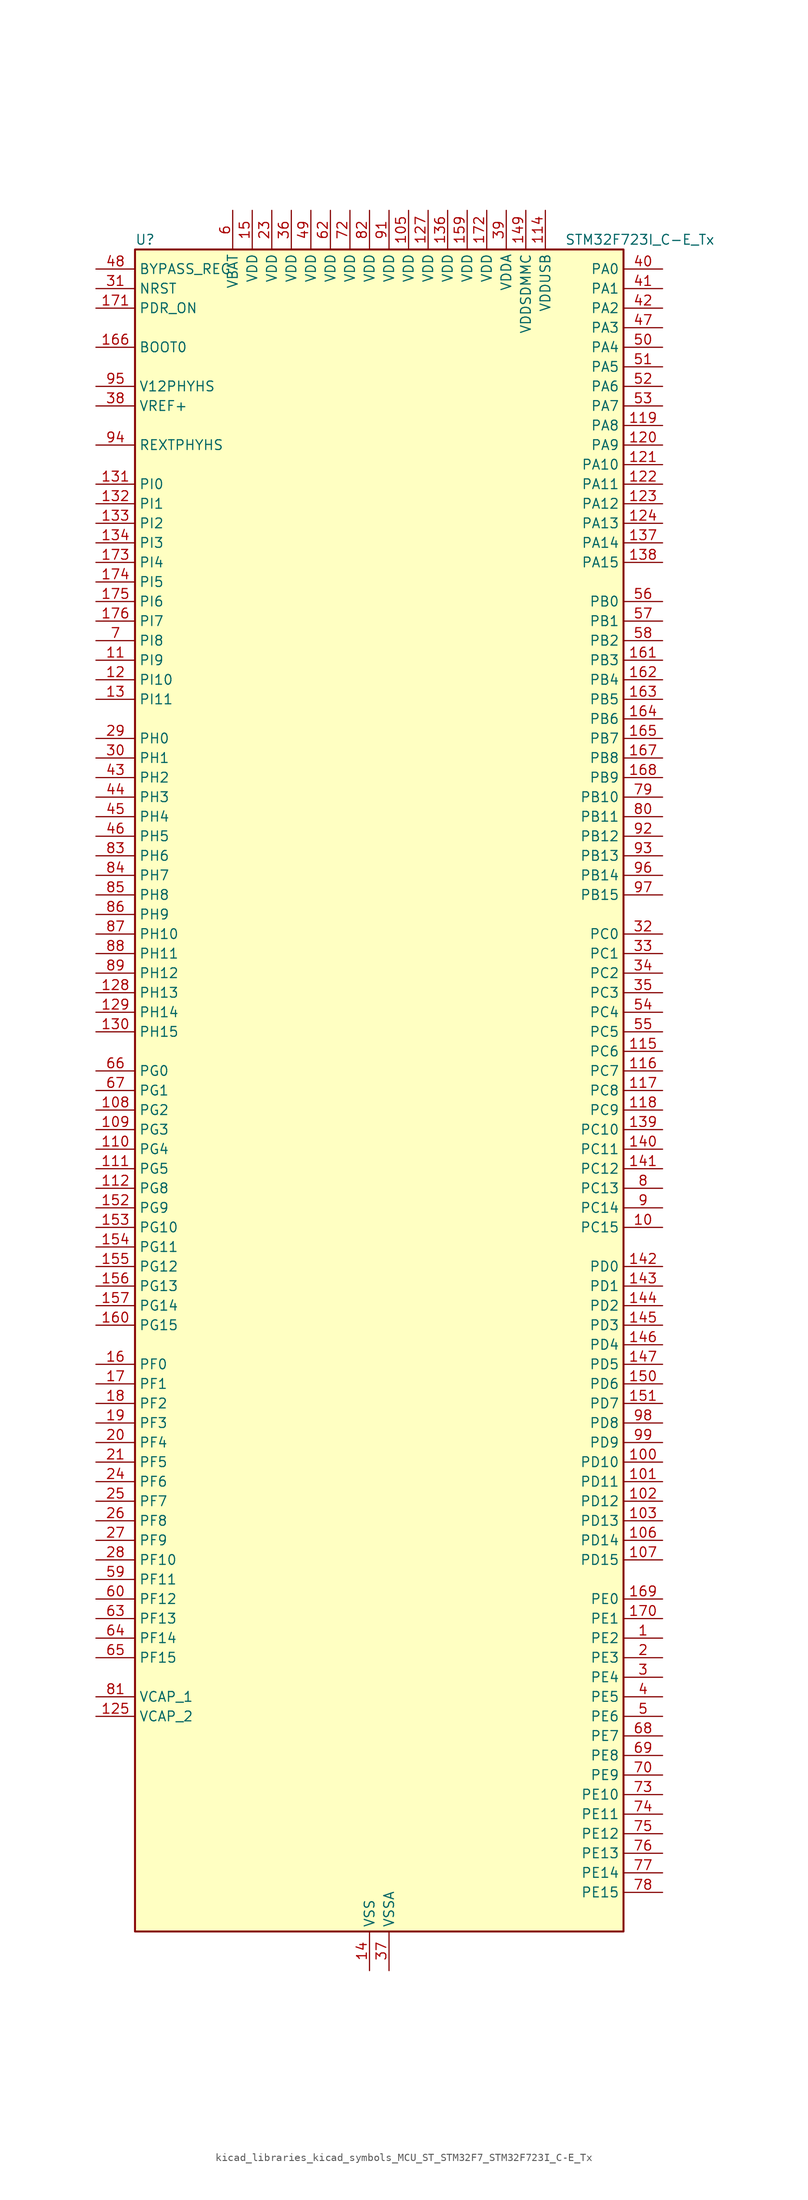
<source format=kicad_sym>
(kicad_symbol_lib
  (version 20220914)
  (generator kicad_symbol_editor)
  (symbol "kicad_libraries_kicad_symbols_MCU_ST_STM32F7_STM32F723I_C-E_Tx"
    (property "Reference" "U"
      (at -30.48 110.49 0)
      (effects (font (size 1.27 1.27)) (justify left)))
    (property "Value" "STM32F723I_C-E_Tx"
      (at 25.4 110.49 0)
      (effects (font (size 1.27 1.27)) (justify left)))
    (property "ki_locked" ""
      (at 0 0 0)
      (effects (font (size 1.27 1.27))))
    (symbol "kicad_libraries_kicad_symbols_MCU_ST_STM32F7_STM32F723I_C-E_Tx_0_1"
      (rectangle (start -30.48 -109.22) (end 33.02 109.22) (stroke (width 0.254) (type default)) (fill (type background))))
    (symbol "kicad_libraries_kicad_symbols_MCU_ST_STM32F7_STM32F723I_C-E_Tx_1_1"
      (pin bidirectional line (at 38.1 -71.12 180) (length 5.08) (name "PE2" (effects (font (size 1.27 1.27)))) (number "1" (effects (font (size 1.27 1.27)))) (alternate "FMC_A23" bidirectional line) (alternate "QUADSPI_BK1_IO2" bidirectional line) (alternate "SAI1_MCLK_A" bidirectional line) (alternate "SPI4_SCK" bidirectional line) (alternate "SYS_TRACECLK" bidirectional line))
      (pin bidirectional line (at 38.1 -17.78 180) (length 5.08) (name "PC15" (effects (font (size 1.27 1.27)))) (number "10" (effects (font (size 1.27 1.27)))) (alternate "RCC_OSC32_OUT" bidirectional line))
      (pin bidirectional line (at 38.1 -48.26 180) (length 5.08) (name "PD10" (effects (font (size 1.27 1.27)))) (number "100" (effects (font (size 1.27 1.27)))) (alternate "FMC_D15" bidirectional line) (alternate "FMC_DA15" bidirectional line) (alternate "USART3_CK" bidirectional line))
      (pin bidirectional line (at 38.1 -50.8 180) (length 5.08) (name "PD11" (effects (font (size 1.27 1.27)))) (number "101" (effects (font (size 1.27 1.27)))) (alternate "ADC1_EXTI11" bidirectional line) (alternate "ADC2_EXTI11" bidirectional line) (alternate "ADC3_EXTI11" bidirectional line) (alternate "FMC_A16" bidirectional line) (alternate "FMC_CLE" bidirectional line) (alternate "QUADSPI_BK1_IO0" bidirectional line) (alternate "SAI2_SD_A" bidirectional line) (alternate "USART3_CTS" bidirectional line))
      (pin bidirectional line (at 38.1 -53.34 180) (length 5.08) (name "PD12" (effects (font (size 1.27 1.27)))) (number "102" (effects (font (size 1.27 1.27)))) (alternate "FMC_A17" bidirectional line) (alternate "FMC_ALE" bidirectional line) (alternate "LPTIM1_IN1" bidirectional line) (alternate "QUADSPI_BK1_IO1" bidirectional line) (alternate "SAI2_FS_A" bidirectional line) (alternate "TIM4_CH1" bidirectional line) (alternate "USART3_DE" bidirectional line) (alternate "USART3_RTS" bidirectional line))
      (pin bidirectional line (at 38.1 -55.88 180) (length 5.08) (name "PD13" (effects (font (size 1.27 1.27)))) (number "103" (effects (font (size 1.27 1.27)))) (alternate "FMC_A18" bidirectional line) (alternate "LPTIM1_OUT" bidirectional line) (alternate "QUADSPI_BK1_IO3" bidirectional line) (alternate "SAI2_SCK_A" bidirectional line) (alternate "TIM4_CH2" bidirectional line))
      (pin passive line (at 0 -114.3 90) (length 5.08) hide (name "VSS" (effects (font (size 1.27 1.27)))) (number "104" (effects (font (size 1.27 1.27)))))
      (pin power_in line (at 5.08 114.3 270) (length 5.08) (name "VDD" (effects (font (size 1.27 1.27)))) (number "105" (effects (font (size 1.27 1.27)))))
      (pin bidirectional line (at 38.1 -58.42 180) (length 5.08) (name "PD14" (effects (font (size 1.27 1.27)))) (number "106" (effects (font (size 1.27 1.27)))) (alternate "FMC_D0" bidirectional line) (alternate "FMC_DA0" bidirectional line) (alternate "TIM4_CH3" bidirectional line) (alternate "UART8_CTS" bidirectional line))
      (pin bidirectional line (at 38.1 -60.96 180) (length 5.08) (name "PD15" (effects (font (size 1.27 1.27)))) (number "107" (effects (font (size 1.27 1.27)))) (alternate "FMC_D1" bidirectional line) (alternate "FMC_DA1" bidirectional line) (alternate "TIM4_CH4" bidirectional line) (alternate "UART8_DE" bidirectional line) (alternate "UART8_RTS" bidirectional line))
      (pin bidirectional line (at -35.56 -2.54 0) (length 5.08) (name "PG2" (effects (font (size 1.27 1.27)))) (number "108" (effects (font (size 1.27 1.27)))) (alternate "FMC_A12" bidirectional line))
      (pin bidirectional line (at -35.56 -5.08 0) (length 5.08) (name "PG3" (effects (font (size 1.27 1.27)))) (number "109" (effects (font (size 1.27 1.27)))) (alternate "FMC_A13" bidirectional line))
      (pin bidirectional line (at -35.56 55.88 0) (length 5.08) (name "PI9" (effects (font (size 1.27 1.27)))) (number "11" (effects (font (size 1.27 1.27)))) (alternate "CAN1_RX" bidirectional line) (alternate "DAC_EXTI9" bidirectional line) (alternate "FMC_D30" bidirectional line) (alternate "UART4_RX" bidirectional line))
      (pin bidirectional line (at -35.56 -7.62 0) (length 5.08) (name "PG4" (effects (font (size 1.27 1.27)))) (number "110" (effects (font (size 1.27 1.27)))) (alternate "FMC_A14" bidirectional line) (alternate "FMC_BA0" bidirectional line))
      (pin bidirectional line (at -35.56 -10.16 0) (length 5.08) (name "PG5" (effects (font (size 1.27 1.27)))) (number "111" (effects (font (size 1.27 1.27)))) (alternate "FMC_A15" bidirectional line) (alternate "FMC_BA1" bidirectional line))
      (pin bidirectional line (at -35.56 -12.7 0) (length 5.08) (name "PG8" (effects (font (size 1.27 1.27)))) (number "112" (effects (font (size 1.27 1.27)))) (alternate "FMC_SDCLK" bidirectional line) (alternate "USART6_DE" bidirectional line) (alternate "USART6_RTS" bidirectional line))
      (pin passive line (at 0 -114.3 90) (length 5.08) hide (name "VSS" (effects (font (size 1.27 1.27)))) (number "113" (effects (font (size 1.27 1.27)))))
      (pin power_in line (at 22.86 114.3 270) (length 5.08) (name "VDDUSB" (effects (font (size 1.27 1.27)))) (number "114" (effects (font (size 1.27 1.27)))))
      (pin bidirectional line (at 38.1 5.08 180) (length 5.08) (name "PC6" (effects (font (size 1.27 1.27)))) (number "115" (effects (font (size 1.27 1.27)))) (alternate "I2S2_MCK" bidirectional line) (alternate "SDMMC1_D6" bidirectional line) (alternate "SDMMC2_D6" bidirectional line) (alternate "TIM3_CH1" bidirectional line) (alternate "TIM8_CH1" bidirectional line) (alternate "USART6_TX" bidirectional line))
      (pin bidirectional line (at 38.1 2.54 180) (length 5.08) (name "PC7" (effects (font (size 1.27 1.27)))) (number "116" (effects (font (size 1.27 1.27)))) (alternate "I2S3_MCK" bidirectional line) (alternate "SDMMC1_D7" bidirectional line) (alternate "SDMMC2_D7" bidirectional line) (alternate "TIM3_CH2" bidirectional line) (alternate "TIM8_CH2" bidirectional line) (alternate "USART6_RX" bidirectional line))
      (pin bidirectional line (at 38.1 0 180) (length 5.08) (name "PC8" (effects (font (size 1.27 1.27)))) (number "117" (effects (font (size 1.27 1.27)))) (alternate "SDMMC1_D0" bidirectional line) (alternate "SYS_TRACED1" bidirectional line) (alternate "TIM3_CH3" bidirectional line) (alternate "TIM8_CH3" bidirectional line) (alternate "UART5_DE" bidirectional line) (alternate "UART5_RTS" bidirectional line) (alternate "USART6_CK" bidirectional line))
      (pin bidirectional line (at 38.1 -2.54 180) (length 5.08) (name "PC9" (effects (font (size 1.27 1.27)))) (number "118" (effects (font (size 1.27 1.27)))) (alternate "DAC_EXTI9" bidirectional line) (alternate "I2C3_SDA" bidirectional line) (alternate "I2S_CKIN" bidirectional line) (alternate "QUADSPI_BK1_IO0" bidirectional line) (alternate "RCC_MCO_2" bidirectional line) (alternate "SDMMC1_D1" bidirectional line) (alternate "TIM3_CH4" bidirectional line) (alternate "TIM8_CH4" bidirectional line) (alternate "UART5_CTS" bidirectional line))
      (pin bidirectional line (at 38.1 86.36 180) (length 5.08) (name "PA8" (effects (font (size 1.27 1.27)))) (number "119" (effects (font (size 1.27 1.27)))) (alternate "I2C3_SCL" bidirectional line) (alternate "RCC_MCO_1" bidirectional line) (alternate "TIM1_CH1" bidirectional line) (alternate "TIM8_BKIN2" bidirectional line) (alternate "USART1_CK" bidirectional line) (alternate "USB_OTG_FS_SOF" bidirectional line))
      (pin bidirectional line (at -35.56 53.34 0) (length 5.08) (name "PI10" (effects (font (size 1.27 1.27)))) (number "12" (effects (font (size 1.27 1.27)))) (alternate "FMC_D31" bidirectional line))
      (pin bidirectional line (at 38.1 83.82 180) (length 5.08) (name "PA9" (effects (font (size 1.27 1.27)))) (number "120" (effects (font (size 1.27 1.27)))) (alternate "DAC_EXTI9" bidirectional line) (alternate "I2C3_SMBA" bidirectional line) (alternate "I2S2_CK" bidirectional line) (alternate "SPI2_SCK" bidirectional line) (alternate "TIM1_CH2" bidirectional line) (alternate "USART1_TX" bidirectional line) (alternate "USB_OTG_FS_VBUS" bidirectional line))
      (pin bidirectional line (at 38.1 81.28 180) (length 5.08) (name "PA10" (effects (font (size 1.27 1.27)))) (number "121" (effects (font (size 1.27 1.27)))) (alternate "TIM1_CH3" bidirectional line) (alternate "USART1_RX" bidirectional line) (alternate "USB_OTG_FS_ID" bidirectional line))
      (pin bidirectional line (at 38.1 78.74 180) (length 5.08) (name "PA11" (effects (font (size 1.27 1.27)))) (number "122" (effects (font (size 1.27 1.27)))) (alternate "ADC1_EXTI11" bidirectional line) (alternate "ADC2_EXTI11" bidirectional line) (alternate "ADC3_EXTI11" bidirectional line) (alternate "CAN1_RX" bidirectional line) (alternate "TIM1_CH4" bidirectional line) (alternate "USART1_CTS" bidirectional line) (alternate "USB_OTG_FS_DM" bidirectional line))
      (pin bidirectional line (at 38.1 76.2 180) (length 5.08) (name "PA12" (effects (font (size 1.27 1.27)))) (number "123" (effects (font (size 1.27 1.27)))) (alternate "CAN1_TX" bidirectional line) (alternate "SAI2_FS_B" bidirectional line) (alternate "TIM1_ETR" bidirectional line) (alternate "USART1_DE" bidirectional line) (alternate "USART1_RTS" bidirectional line) (alternate "USB_OTG_FS_DP" bidirectional line))
      (pin bidirectional line (at 38.1 73.66 180) (length 5.08) (name "PA13" (effects (font (size 1.27 1.27)))) (number "124" (effects (font (size 1.27 1.27)))) (alternate "SYS_JTMS-SWDIO" bidirectional line))
      (pin power_out line (at -35.56 -81.28 0) (length 5.08) (name "VCAP_2" (effects (font (size 1.27 1.27)))) (number "125" (effects (font (size 1.27 1.27)))))
      (pin passive line (at 0 -114.3 90) (length 5.08) hide (name "VSS" (effects (font (size 1.27 1.27)))) (number "126" (effects (font (size 1.27 1.27)))))
      (pin power_in line (at 7.62 114.3 270) (length 5.08) (name "VDD" (effects (font (size 1.27 1.27)))) (number "127" (effects (font (size 1.27 1.27)))))
      (pin bidirectional line (at -35.56 12.7 0) (length 5.08) (name "PH13" (effects (font (size 1.27 1.27)))) (number "128" (effects (font (size 1.27 1.27)))) (alternate "CAN1_TX" bidirectional line) (alternate "FMC_D21" bidirectional line) (alternate "TIM8_CH1N" bidirectional line) (alternate "UART4_TX" bidirectional line))
      (pin bidirectional line (at -35.56 10.16 0) (length 5.08) (name "PH14" (effects (font (size 1.27 1.27)))) (number "129" (effects (font (size 1.27 1.27)))) (alternate "CAN1_RX" bidirectional line) (alternate "FMC_D22" bidirectional line) (alternate "TIM8_CH2N" bidirectional line) (alternate "UART4_RX" bidirectional line))
      (pin bidirectional line (at -35.56 50.8 0) (length 5.08) (name "PI11" (effects (font (size 1.27 1.27)))) (number "13" (effects (font (size 1.27 1.27)))) (alternate "ADC1_EXTI11" bidirectional line) (alternate "ADC2_EXTI11" bidirectional line) (alternate "ADC3_EXTI11" bidirectional line) (alternate "SYS_WKUP6" bidirectional line))
      (pin bidirectional line (at -35.56 7.62 0) (length 5.08) (name "PH15" (effects (font (size 1.27 1.27)))) (number "130" (effects (font (size 1.27 1.27)))) (alternate "FMC_D23" bidirectional line) (alternate "TIM8_CH3N" bidirectional line))
      (pin bidirectional line (at -35.56 78.74 0) (length 5.08) (name "PI0" (effects (font (size 1.27 1.27)))) (number "131" (effects (font (size 1.27 1.27)))) (alternate "FMC_D24" bidirectional line) (alternate "I2S2_WS" bidirectional line) (alternate "SPI2_NSS" bidirectional line) (alternate "TIM5_CH4" bidirectional line))
      (pin bidirectional line (at -35.56 76.2 0) (length 5.08) (name "PI1" (effects (font (size 1.27 1.27)))) (number "132" (effects (font (size 1.27 1.27)))) (alternate "FMC_D25" bidirectional line) (alternate "I2S2_CK" bidirectional line) (alternate "SPI2_SCK" bidirectional line) (alternate "TIM8_BKIN2" bidirectional line))
      (pin bidirectional line (at -35.56 73.66 0) (length 5.08) (name "PI2" (effects (font (size 1.27 1.27)))) (number "133" (effects (font (size 1.27 1.27)))) (alternate "FMC_D26" bidirectional line) (alternate "SPI2_MISO" bidirectional line) (alternate "TIM8_CH4" bidirectional line))
      (pin bidirectional line (at -35.56 71.12 0) (length 5.08) (name "PI3" (effects (font (size 1.27 1.27)))) (number "134" (effects (font (size 1.27 1.27)))) (alternate "FMC_D27" bidirectional line) (alternate "I2S2_SD" bidirectional line) (alternate "SPI2_MOSI" bidirectional line) (alternate "TIM8_ETR" bidirectional line))
      (pin passive line (at 0 -114.3 90) (length 5.08) hide (name "VSS" (effects (font (size 1.27 1.27)))) (number "135" (effects (font (size 1.27 1.27)))))
      (pin power_in line (at 10.16 114.3 270) (length 5.08) (name "VDD" (effects (font (size 1.27 1.27)))) (number "136" (effects (font (size 1.27 1.27)))))
      (pin bidirectional line (at 38.1 71.12 180) (length 5.08) (name "PA14" (effects (font (size 1.27 1.27)))) (number "137" (effects (font (size 1.27 1.27)))) (alternate "SYS_JTCK-SWCLK" bidirectional line))
      (pin bidirectional line (at 38.1 68.58 180) (length 5.08) (name "PA15" (effects (font (size 1.27 1.27)))) (number "138" (effects (font (size 1.27 1.27)))) (alternate "I2S1_WS" bidirectional line) (alternate "I2S3_WS" bidirectional line) (alternate "SPI1_NSS" bidirectional line) (alternate "SPI3_NSS" bidirectional line) (alternate "SYS_JTDI" bidirectional line) (alternate "TIM2_CH1" bidirectional line) (alternate "TIM2_ETR" bidirectional line) (alternate "UART4_DE" bidirectional line) (alternate "UART4_RTS" bidirectional line))
      (pin bidirectional line (at 38.1 -5.08 180) (length 5.08) (name "PC10" (effects (font (size 1.27 1.27)))) (number "139" (effects (font (size 1.27 1.27)))) (alternate "I2S3_CK" bidirectional line) (alternate "QUADSPI_BK1_IO1" bidirectional line) (alternate "SDMMC1_D2" bidirectional line) (alternate "SPI3_SCK" bidirectional line) (alternate "UART4_TX" bidirectional line) (alternate "USART3_TX" bidirectional line))
      (pin power_in line (at 0 -114.3 90) (length 5.08) (name "VSS" (effects (font (size 1.27 1.27)))) (number "14" (effects (font (size 1.27 1.27)))))
      (pin bidirectional line (at 38.1 -7.62 180) (length 5.08) (name "PC11" (effects (font (size 1.27 1.27)))) (number "140" (effects (font (size 1.27 1.27)))) (alternate "ADC1_EXTI11" bidirectional line) (alternate "ADC2_EXTI11" bidirectional line) (alternate "ADC3_EXTI11" bidirectional line) (alternate "QUADSPI_BK2_NCS" bidirectional line) (alternate "SDMMC1_D3" bidirectional line) (alternate "SPI3_MISO" bidirectional line) (alternate "UART4_RX" bidirectional line) (alternate "USART3_RX" bidirectional line))
      (pin bidirectional line (at 38.1 -10.16 180) (length 5.08) (name "PC12" (effects (font (size 1.27 1.27)))) (number "141" (effects (font (size 1.27 1.27)))) (alternate "I2S3_SD" bidirectional line) (alternate "SDMMC1_CK" bidirectional line) (alternate "SPI3_MOSI" bidirectional line) (alternate "SYS_TRACED3" bidirectional line) (alternate "UART5_TX" bidirectional line) (alternate "USART3_CK" bidirectional line))
      (pin bidirectional line (at 38.1 -22.86 180) (length 5.08) (name "PD0" (effects (font (size 1.27 1.27)))) (number "142" (effects (font (size 1.27 1.27)))) (alternate "CAN1_RX" bidirectional line) (alternate "FMC_D2" bidirectional line) (alternate "FMC_DA2" bidirectional line))
      (pin bidirectional line (at 38.1 -25.4 180) (length 5.08) (name "PD1" (effects (font (size 1.27 1.27)))) (number "143" (effects (font (size 1.27 1.27)))) (alternate "CAN1_TX" bidirectional line) (alternate "FMC_D3" bidirectional line) (alternate "FMC_DA3" bidirectional line))
      (pin bidirectional line (at 38.1 -27.94 180) (length 5.08) (name "PD2" (effects (font (size 1.27 1.27)))) (number "144" (effects (font (size 1.27 1.27)))) (alternate "SDMMC1_CMD" bidirectional line) (alternate "SYS_TRACED2" bidirectional line) (alternate "TIM3_ETR" bidirectional line) (alternate "UART5_RX" bidirectional line))
      (pin bidirectional line (at 38.1 -30.48 180) (length 5.08) (name "PD3" (effects (font (size 1.27 1.27)))) (number "145" (effects (font (size 1.27 1.27)))) (alternate "FMC_CLK" bidirectional line) (alternate "I2S2_CK" bidirectional line) (alternate "SPI2_SCK" bidirectional line) (alternate "USART2_CTS" bidirectional line))
      (pin bidirectional line (at 38.1 -33.02 180) (length 5.08) (name "PD4" (effects (font (size 1.27 1.27)))) (number "146" (effects (font (size 1.27 1.27)))) (alternate "FMC_NOE" bidirectional line) (alternate "USART2_DE" bidirectional line) (alternate "USART2_RTS" bidirectional line))
      (pin bidirectional line (at 38.1 -35.56 180) (length 5.08) (name "PD5" (effects (font (size 1.27 1.27)))) (number "147" (effects (font (size 1.27 1.27)))) (alternate "FMC_NWE" bidirectional line) (alternate "USART2_TX" bidirectional line))
      (pin passive line (at 0 -114.3 90) (length 5.08) hide (name "VSS" (effects (font (size 1.27 1.27)))) (number "148" (effects (font (size 1.27 1.27)))))
      (pin power_in line (at 20.32 114.3 270) (length 5.08) (name "VDDSDMMC" (effects (font (size 1.27 1.27)))) (number "149" (effects (font (size 1.27 1.27)))))
      (pin power_in line (at -15.24 114.3 270) (length 5.08) (name "VDD" (effects (font (size 1.27 1.27)))) (number "15" (effects (font (size 1.27 1.27)))))
      (pin bidirectional line (at 38.1 -38.1 180) (length 5.08) (name "PD6" (effects (font (size 1.27 1.27)))) (number "150" (effects (font (size 1.27 1.27)))) (alternate "FMC_NWAIT" bidirectional line) (alternate "I2S3_SD" bidirectional line) (alternate "SAI1_SD_A" bidirectional line) (alternate "SDMMC2_CK" bidirectional line) (alternate "SPI3_MOSI" bidirectional line) (alternate "USART2_RX" bidirectional line))
      (pin bidirectional line (at 38.1 -40.64 180) (length 5.08) (name "PD7" (effects (font (size 1.27 1.27)))) (number "151" (effects (font (size 1.27 1.27)))) (alternate "FMC_NE1" bidirectional line) (alternate "SDMMC2_CMD" bidirectional line) (alternate "USART2_CK" bidirectional line))
      (pin bidirectional line (at -35.56 -15.24 0) (length 5.08) (name "PG9" (effects (font (size 1.27 1.27)))) (number "152" (effects (font (size 1.27 1.27)))) (alternate "DAC_EXTI9" bidirectional line) (alternate "FMC_NCE" bidirectional line) (alternate "FMC_NE2" bidirectional line) (alternate "QUADSPI_BK2_IO2" bidirectional line) (alternate "SAI2_FS_B" bidirectional line) (alternate "SDMMC2_D0" bidirectional line) (alternate "USART6_RX" bidirectional line))
      (pin bidirectional line (at -35.56 -17.78 0) (length 5.08) (name "PG10" (effects (font (size 1.27 1.27)))) (number "153" (effects (font (size 1.27 1.27)))) (alternate "FMC_NE3" bidirectional line) (alternate "SAI2_SD_B" bidirectional line) (alternate "SDMMC2_D1" bidirectional line))
      (pin bidirectional line (at -35.56 -20.32 0) (length 5.08) (name "PG11" (effects (font (size 1.27 1.27)))) (number "154" (effects (font (size 1.27 1.27)))) (alternate "ADC1_EXTI11" bidirectional line) (alternate "ADC2_EXTI11" bidirectional line) (alternate "ADC3_EXTI11" bidirectional line) (alternate "FMC_INT" bidirectional line) (alternate "SDMMC2_D2" bidirectional line))
      (pin bidirectional line (at -35.56 -22.86 0) (length 5.08) (name "PG12" (effects (font (size 1.27 1.27)))) (number "155" (effects (font (size 1.27 1.27)))) (alternate "FMC_NE4" bidirectional line) (alternate "LPTIM1_IN1" bidirectional line) (alternate "SDMMC2_D3" bidirectional line) (alternate "USART6_DE" bidirectional line) (alternate "USART6_RTS" bidirectional line))
      (pin bidirectional line (at -35.56 -25.4 0) (length 5.08) (name "PG13" (effects (font (size 1.27 1.27)))) (number "156" (effects (font (size 1.27 1.27)))) (alternate "FMC_A24" bidirectional line) (alternate "LPTIM1_OUT" bidirectional line) (alternate "SYS_TRACED0" bidirectional line) (alternate "USART6_CTS" bidirectional line))
      (pin bidirectional line (at -35.56 -27.94 0) (length 5.08) (name "PG14" (effects (font (size 1.27 1.27)))) (number "157" (effects (font (size 1.27 1.27)))) (alternate "FMC_A25" bidirectional line) (alternate "LPTIM1_ETR" bidirectional line) (alternate "QUADSPI_BK2_IO3" bidirectional line) (alternate "SYS_TRACED1" bidirectional line) (alternate "USART6_TX" bidirectional line))
      (pin passive line (at 0 -114.3 90) (length 5.08) hide (name "VSS" (effects (font (size 1.27 1.27)))) (number "158" (effects (font (size 1.27 1.27)))))
      (pin power_in line (at 12.7 114.3 270) (length 5.08) (name "VDD" (effects (font (size 1.27 1.27)))) (number "159" (effects (font (size 1.27 1.27)))))
      (pin bidirectional line (at -35.56 -35.56 0) (length 5.08) (name "PF0" (effects (font (size 1.27 1.27)))) (number "16" (effects (font (size 1.27 1.27)))) (alternate "FMC_A0" bidirectional line) (alternate "I2C2_SDA" bidirectional line))
      (pin bidirectional line (at -35.56 -30.48 0) (length 5.08) (name "PG15" (effects (font (size 1.27 1.27)))) (number "160" (effects (font (size 1.27 1.27)))) (alternate "FMC_SDNCAS" bidirectional line) (alternate "USART6_CTS" bidirectional line))
      (pin bidirectional line (at 38.1 55.88 180) (length 5.08) (name "PB3" (effects (font (size 1.27 1.27)))) (number "161" (effects (font (size 1.27 1.27)))) (alternate "I2S1_CK" bidirectional line) (alternate "I2S3_CK" bidirectional line) (alternate "SDMMC2_D2" bidirectional line) (alternate "SPI1_SCK" bidirectional line) (alternate "SPI3_SCK" bidirectional line) (alternate "SYS_JTDO-SWO" bidirectional line) (alternate "TIM2_CH2" bidirectional line))
      (pin bidirectional line (at 38.1 53.34 180) (length 5.08) (name "PB4" (effects (font (size 1.27 1.27)))) (number "162" (effects (font (size 1.27 1.27)))) (alternate "I2S2_WS" bidirectional line) (alternate "SDMMC2_D3" bidirectional line) (alternate "SPI1_MISO" bidirectional line) (alternate "SPI2_NSS" bidirectional line) (alternate "SPI3_MISO" bidirectional line) (alternate "SYS_JTRST" bidirectional line) (alternate "TIM3_CH1" bidirectional line))
      (pin bidirectional line (at 38.1 50.8 180) (length 5.08) (name "PB5" (effects (font (size 1.27 1.27)))) (number "163" (effects (font (size 1.27 1.27)))) (alternate "FMC_SDCKE1" bidirectional line) (alternate "I2C1_SMBA" bidirectional line) (alternate "I2S1_SD" bidirectional line) (alternate "I2S3_SD" bidirectional line) (alternate "SPI1_MOSI" bidirectional line) (alternate "SPI3_MOSI" bidirectional line) (alternate "TIM3_CH2" bidirectional line))
      (pin bidirectional line (at 38.1 48.26 180) (length 5.08) (name "PB6" (effects (font (size 1.27 1.27)))) (number "164" (effects (font (size 1.27 1.27)))) (alternate "FMC_SDNE1" bidirectional line) (alternate "I2C1_SCL" bidirectional line) (alternate "QUADSPI_BK1_NCS" bidirectional line) (alternate "TIM4_CH1" bidirectional line) (alternate "USART1_TX" bidirectional line))
      (pin bidirectional line (at 38.1 45.72 180) (length 5.08) (name "PB7" (effects (font (size 1.27 1.27)))) (number "165" (effects (font (size 1.27 1.27)))) (alternate "FMC_NL" bidirectional line) (alternate "I2C1_SDA" bidirectional line) (alternate "TIM4_CH2" bidirectional line) (alternate "USART1_RX" bidirectional line))
      (pin input line (at -35.56 96.52 0) (length 5.08) (name "BOOT0" (effects (font (size 1.27 1.27)))) (number "166" (effects (font (size 1.27 1.27)))))
      (pin bidirectional line (at 38.1 43.18 180) (length 5.08) (name "PB8" (effects (font (size 1.27 1.27)))) (number "167" (effects (font (size 1.27 1.27)))) (alternate "CAN1_RX" bidirectional line) (alternate "I2C1_SCL" bidirectional line) (alternate "SDMMC1_D4" bidirectional line) (alternate "SDMMC2_D4" bidirectional line) (alternate "TIM10_CH1" bidirectional line) (alternate "TIM4_CH3" bidirectional line))
      (pin bidirectional line (at 38.1 40.64 180) (length 5.08) (name "PB9" (effects (font (size 1.27 1.27)))) (number "168" (effects (font (size 1.27 1.27)))) (alternate "CAN1_TX" bidirectional line) (alternate "DAC_EXTI9" bidirectional line) (alternate "I2C1_SDA" bidirectional line) (alternate "I2S2_WS" bidirectional line) (alternate "SDMMC1_D5" bidirectional line) (alternate "SDMMC2_D5" bidirectional line) (alternate "SPI2_NSS" bidirectional line) (alternate "TIM11_CH1" bidirectional line) (alternate "TIM4_CH4" bidirectional line))
      (pin bidirectional line (at 38.1 -66.04 180) (length 5.08) (name "PE0" (effects (font (size 1.27 1.27)))) (number "169" (effects (font (size 1.27 1.27)))) (alternate "FMC_NBL0" bidirectional line) (alternate "LPTIM1_ETR" bidirectional line) (alternate "SAI2_MCLK_A" bidirectional line) (alternate "TIM4_ETR" bidirectional line) (alternate "UART8_RX" bidirectional line))
      (pin bidirectional line (at -35.56 -38.1 0) (length 5.08) (name "PF1" (effects (font (size 1.27 1.27)))) (number "17" (effects (font (size 1.27 1.27)))) (alternate "FMC_A1" bidirectional line) (alternate "I2C2_SCL" bidirectional line))
      (pin bidirectional line (at 38.1 -68.58 180) (length 5.08) (name "PE1" (effects (font (size 1.27 1.27)))) (number "170" (effects (font (size 1.27 1.27)))) (alternate "FMC_NBL1" bidirectional line) (alternate "LPTIM1_IN2" bidirectional line) (alternate "UART8_TX" bidirectional line))
      (pin input line (at -35.56 101.6 0) (length 5.08) (name "PDR_ON" (effects (font (size 1.27 1.27)))) (number "171" (effects (font (size 1.27 1.27)))))
      (pin power_in line (at 15.24 114.3 270) (length 5.08) (name "VDD" (effects (font (size 1.27 1.27)))) (number "172" (effects (font (size 1.27 1.27)))))
      (pin bidirectional line (at -35.56 68.58 0) (length 5.08) (name "PI4" (effects (font (size 1.27 1.27)))) (number "173" (effects (font (size 1.27 1.27)))) (alternate "FMC_NBL2" bidirectional line) (alternate "SAI2_MCLK_A" bidirectional line) (alternate "TIM8_BKIN" bidirectional line))
      (pin bidirectional line (at -35.56 66.04 0) (length 5.08) (name "PI5" (effects (font (size 1.27 1.27)))) (number "174" (effects (font (size 1.27 1.27)))) (alternate "FMC_NBL3" bidirectional line) (alternate "SAI2_SCK_A" bidirectional line) (alternate "TIM8_CH1" bidirectional line))
      (pin bidirectional line (at -35.56 63.5 0) (length 5.08) (name "PI6" (effects (font (size 1.27 1.27)))) (number "175" (effects (font (size 1.27 1.27)))) (alternate "FMC_D28" bidirectional line) (alternate "SAI2_SD_A" bidirectional line) (alternate "TIM8_CH2" bidirectional line))
      (pin bidirectional line (at -35.56 60.96 0) (length 5.08) (name "PI7" (effects (font (size 1.27 1.27)))) (number "176" (effects (font (size 1.27 1.27)))) (alternate "FMC_D29" bidirectional line) (alternate "SAI2_FS_A" bidirectional line) (alternate "TIM8_CH3" bidirectional line))
      (pin bidirectional line (at -35.56 -40.64 0) (length 5.08) (name "PF2" (effects (font (size 1.27 1.27)))) (number "18" (effects (font (size 1.27 1.27)))) (alternate "FMC_A2" bidirectional line) (alternate "I2C2_SMBA" bidirectional line))
      (pin bidirectional line (at -35.56 -43.18 0) (length 5.08) (name "PF3" (effects (font (size 1.27 1.27)))) (number "19" (effects (font (size 1.27 1.27)))) (alternate "ADC3_IN9" bidirectional line) (alternate "FMC_A3" bidirectional line))
      (pin bidirectional line (at 38.1 -73.66 180) (length 5.08) (name "PE3" (effects (font (size 1.27 1.27)))) (number "2" (effects (font (size 1.27 1.27)))) (alternate "FMC_A19" bidirectional line) (alternate "SAI1_SD_B" bidirectional line) (alternate "SYS_TRACED0" bidirectional line))
      (pin bidirectional line (at -35.56 -45.72 0) (length 5.08) (name "PF4" (effects (font (size 1.27 1.27)))) (number "20" (effects (font (size 1.27 1.27)))) (alternate "ADC3_IN14" bidirectional line) (alternate "FMC_A4" bidirectional line))
      (pin bidirectional line (at -35.56 -48.26 0) (length 5.08) (name "PF5" (effects (font (size 1.27 1.27)))) (number "21" (effects (font (size 1.27 1.27)))) (alternate "ADC3_IN15" bidirectional line) (alternate "FMC_A5" bidirectional line))
      (pin passive line (at 0 -114.3 90) (length 5.08) hide (name "VSS" (effects (font (size 1.27 1.27)))) (number "22" (effects (font (size 1.27 1.27)))))
      (pin power_in line (at -12.7 114.3 270) (length 5.08) (name "VDD" (effects (font (size 1.27 1.27)))) (number "23" (effects (font (size 1.27 1.27)))))
      (pin bidirectional line (at -35.56 -50.8 0) (length 5.08) (name "PF6" (effects (font (size 1.27 1.27)))) (number "24" (effects (font (size 1.27 1.27)))) (alternate "ADC3_IN4" bidirectional line) (alternate "QUADSPI_BK1_IO3" bidirectional line) (alternate "SAI1_SD_B" bidirectional line) (alternate "SPI5_NSS" bidirectional line) (alternate "TIM10_CH1" bidirectional line) (alternate "UART7_RX" bidirectional line))
      (pin bidirectional line (at -35.56 -53.34 0) (length 5.08) (name "PF7" (effects (font (size 1.27 1.27)))) (number "25" (effects (font (size 1.27 1.27)))) (alternate "ADC3_IN5" bidirectional line) (alternate "QUADSPI_BK1_IO2" bidirectional line) (alternate "SAI1_MCLK_B" bidirectional line) (alternate "SPI5_SCK" bidirectional line) (alternate "TIM11_CH1" bidirectional line) (alternate "UART7_TX" bidirectional line))
      (pin bidirectional line (at -35.56 -55.88 0) (length 5.08) (name "PF8" (effects (font (size 1.27 1.27)))) (number "26" (effects (font (size 1.27 1.27)))) (alternate "ADC3_IN6" bidirectional line) (alternate "QUADSPI_BK1_IO0" bidirectional line) (alternate "SAI1_SCK_B" bidirectional line) (alternate "SPI5_MISO" bidirectional line) (alternate "TIM13_CH1" bidirectional line) (alternate "UART7_DE" bidirectional line) (alternate "UART7_RTS" bidirectional line))
      (pin bidirectional line (at -35.56 -58.42 0) (length 5.08) (name "PF9" (effects (font (size 1.27 1.27)))) (number "27" (effects (font (size 1.27 1.27)))) (alternate "ADC3_IN7" bidirectional line) (alternate "DAC_EXTI9" bidirectional line) (alternate "QUADSPI_BK1_IO1" bidirectional line) (alternate "SAI1_FS_B" bidirectional line) (alternate "SPI5_MOSI" bidirectional line) (alternate "TIM14_CH1" bidirectional line) (alternate "UART7_CTS" bidirectional line))
      (pin bidirectional line (at -35.56 -60.96 0) (length 5.08) (name "PF10" (effects (font (size 1.27 1.27)))) (number "28" (effects (font (size 1.27 1.27)))) (alternate "ADC3_IN8" bidirectional line))
      (pin bidirectional line (at -35.56 45.72 0) (length 5.08) (name "PH0" (effects (font (size 1.27 1.27)))) (number "29" (effects (font (size 1.27 1.27)))) (alternate "RCC_OSC_IN" bidirectional line))
      (pin bidirectional line (at 38.1 -76.2 180) (length 5.08) (name "PE4" (effects (font (size 1.27 1.27)))) (number "3" (effects (font (size 1.27 1.27)))) (alternate "FMC_A20" bidirectional line) (alternate "SAI1_FS_A" bidirectional line) (alternate "SPI4_NSS" bidirectional line) (alternate "SYS_TRACED1" bidirectional line))
      (pin bidirectional line (at -35.56 43.18 0) (length 5.08) (name "PH1" (effects (font (size 1.27 1.27)))) (number "30" (effects (font (size 1.27 1.27)))) (alternate "RCC_OSC_OUT" bidirectional line))
      (pin input line (at -35.56 104.14 0) (length 5.08) (name "NRST" (effects (font (size 1.27 1.27)))) (number "31" (effects (font (size 1.27 1.27)))))
      (pin bidirectional line (at 38.1 20.32 180) (length 5.08) (name "PC0" (effects (font (size 1.27 1.27)))) (number "32" (effects (font (size 1.27 1.27)))) (alternate "ADC1_IN10" bidirectional line) (alternate "ADC2_IN10" bidirectional line) (alternate "ADC3_IN10" bidirectional line) (alternate "FMC_SDNWE" bidirectional line) (alternate "SAI2_FS_B" bidirectional line))
      (pin bidirectional line (at 38.1 17.78 180) (length 5.08) (name "PC1" (effects (font (size 1.27 1.27)))) (number "33" (effects (font (size 1.27 1.27)))) (alternate "ADC1_IN11" bidirectional line) (alternate "ADC2_IN11" bidirectional line) (alternate "ADC3_IN11" bidirectional line) (alternate "I2S2_SD" bidirectional line) (alternate "RTC_TAMP3" bidirectional line) (alternate "RTC_TS" bidirectional line) (alternate "SAI1_SD_A" bidirectional line) (alternate "SPI2_MOSI" bidirectional line) (alternate "SYS_TRACED0" bidirectional line) (alternate "SYS_WKUP3" bidirectional line))
      (pin bidirectional line (at 38.1 15.24 180) (length 5.08) (name "PC2" (effects (font (size 1.27 1.27)))) (number "34" (effects (font (size 1.27 1.27)))) (alternate "ADC1_IN12" bidirectional line) (alternate "ADC2_IN12" bidirectional line) (alternate "ADC3_IN12" bidirectional line) (alternate "FMC_SDNE0" bidirectional line) (alternate "SPI2_MISO" bidirectional line))
      (pin bidirectional line (at 38.1 12.7 180) (length 5.08) (name "PC3" (effects (font (size 1.27 1.27)))) (number "35" (effects (font (size 1.27 1.27)))) (alternate "ADC1_IN13" bidirectional line) (alternate "ADC2_IN13" bidirectional line) (alternate "ADC3_IN13" bidirectional line) (alternate "FMC_SDCKE0" bidirectional line) (alternate "I2S2_SD" bidirectional line) (alternate "SPI2_MOSI" bidirectional line))
      (pin power_in line (at -10.16 114.3 270) (length 5.08) (name "VDD" (effects (font (size 1.27 1.27)))) (number "36" (effects (font (size 1.27 1.27)))))
      (pin power_in line (at 2.54 -114.3 90) (length 5.08) (name "VSSA" (effects (font (size 1.27 1.27)))) (number "37" (effects (font (size 1.27 1.27)))))
      (pin input line (at -35.56 88.9 0) (length 5.08) (name "VREF+" (effects (font (size 1.27 1.27)))) (number "38" (effects (font (size 1.27 1.27)))))
      (pin power_in line (at 17.78 114.3 270) (length 5.08) (name "VDDA" (effects (font (size 1.27 1.27)))) (number "39" (effects (font (size 1.27 1.27)))))
      (pin bidirectional line (at 38.1 -78.74 180) (length 5.08) (name "PE5" (effects (font (size 1.27 1.27)))) (number "4" (effects (font (size 1.27 1.27)))) (alternate "FMC_A21" bidirectional line) (alternate "SAI1_SCK_A" bidirectional line) (alternate "SPI4_MISO" bidirectional line) (alternate "SYS_TRACED2" bidirectional line) (alternate "TIM9_CH1" bidirectional line))
      (pin bidirectional line (at 38.1 106.68 180) (length 5.08) (name "PA0" (effects (font (size 1.27 1.27)))) (number "40" (effects (font (size 1.27 1.27)))) (alternate "ADC1_IN0" bidirectional line) (alternate "ADC2_IN0" bidirectional line) (alternate "ADC3_IN0" bidirectional line) (alternate "SAI2_SD_B" bidirectional line) (alternate "SYS_WKUP1" bidirectional line) (alternate "TIM2_CH1" bidirectional line) (alternate "TIM2_ETR" bidirectional line) (alternate "TIM5_CH1" bidirectional line) (alternate "TIM8_ETR" bidirectional line) (alternate "UART4_TX" bidirectional line) (alternate "USART2_CTS" bidirectional line))
      (pin bidirectional line (at 38.1 104.14 180) (length 5.08) (name "PA1" (effects (font (size 1.27 1.27)))) (number "41" (effects (font (size 1.27 1.27)))) (alternate "ADC1_IN1" bidirectional line) (alternate "ADC2_IN1" bidirectional line) (alternate "ADC3_IN1" bidirectional line) (alternate "QUADSPI_BK1_IO3" bidirectional line) (alternate "SAI2_MCLK_B" bidirectional line) (alternate "TIM2_CH2" bidirectional line) (alternate "TIM5_CH2" bidirectional line) (alternate "UART4_RX" bidirectional line) (alternate "USART2_DE" bidirectional line) (alternate "USART2_RTS" bidirectional line))
      (pin bidirectional line (at 38.1 101.6 180) (length 5.08) (name "PA2" (effects (font (size 1.27 1.27)))) (number "42" (effects (font (size 1.27 1.27)))) (alternate "ADC1_IN2" bidirectional line) (alternate "ADC2_IN2" bidirectional line) (alternate "ADC3_IN2" bidirectional line) (alternate "SAI2_SCK_B" bidirectional line) (alternate "SYS_WKUP2" bidirectional line) (alternate "TIM2_CH3" bidirectional line) (alternate "TIM5_CH3" bidirectional line) (alternate "TIM9_CH1" bidirectional line) (alternate "USART2_TX" bidirectional line))
      (pin bidirectional line (at -35.56 40.64 0) (length 5.08) (name "PH2" (effects (font (size 1.27 1.27)))) (number "43" (effects (font (size 1.27 1.27)))) (alternate "FMC_SDCKE0" bidirectional line) (alternate "LPTIM1_IN2" bidirectional line) (alternate "QUADSPI_BK2_IO0" bidirectional line) (alternate "SAI2_SCK_B" bidirectional line))
      (pin bidirectional line (at -35.56 38.1 0) (length 5.08) (name "PH3" (effects (font (size 1.27 1.27)))) (number "44" (effects (font (size 1.27 1.27)))) (alternate "FMC_SDNE0" bidirectional line) (alternate "QUADSPI_BK2_IO1" bidirectional line) (alternate "SAI2_MCLK_B" bidirectional line))
      (pin bidirectional line (at -35.56 35.56 0) (length 5.08) (name "PH4" (effects (font (size 1.27 1.27)))) (number "45" (effects (font (size 1.27 1.27)))) (alternate "I2C2_SCL" bidirectional line))
      (pin bidirectional line (at -35.56 33.02 0) (length 5.08) (name "PH5" (effects (font (size 1.27 1.27)))) (number "46" (effects (font (size 1.27 1.27)))) (alternate "FMC_SDNWE" bidirectional line) (alternate "I2C2_SDA" bidirectional line) (alternate "SPI5_NSS" bidirectional line))
      (pin bidirectional line (at 38.1 99.06 180) (length 5.08) (name "PA3" (effects (font (size 1.27 1.27)))) (number "47" (effects (font (size 1.27 1.27)))) (alternate "ADC1_IN3" bidirectional line) (alternate "ADC2_IN3" bidirectional line) (alternate "ADC3_IN3" bidirectional line) (alternate "TIM2_CH4" bidirectional line) (alternate "TIM5_CH4" bidirectional line) (alternate "TIM9_CH2" bidirectional line) (alternate "USART2_RX" bidirectional line))
      (pin input line (at -35.56 106.68 0) (length 5.08) (name "BYPASS_REG" (effects (font (size 1.27 1.27)))) (number "48" (effects (font (size 1.27 1.27)))))
      (pin power_in line (at -7.62 114.3 270) (length 5.08) (name "VDD" (effects (font (size 1.27 1.27)))) (number "49" (effects (font (size 1.27 1.27)))))
      (pin bidirectional line (at 38.1 -81.28 180) (length 5.08) (name "PE6" (effects (font (size 1.27 1.27)))) (number "5" (effects (font (size 1.27 1.27)))) (alternate "FMC_A22" bidirectional line) (alternate "SAI1_SD_A" bidirectional line) (alternate "SAI2_MCLK_B" bidirectional line) (alternate "SPI4_MOSI" bidirectional line) (alternate "SYS_TRACED3" bidirectional line) (alternate "TIM1_BKIN2" bidirectional line) (alternate "TIM9_CH2" bidirectional line))
      (pin bidirectional line (at 38.1 96.52 180) (length 5.08) (name "PA4" (effects (font (size 1.27 1.27)))) (number "50" (effects (font (size 1.27 1.27)))) (alternate "ADC1_IN4" bidirectional line) (alternate "ADC2_IN4" bidirectional line) (alternate "DAC_OUT1" bidirectional line) (alternate "I2S1_WS" bidirectional line) (alternate "I2S3_WS" bidirectional line) (alternate "SPI1_NSS" bidirectional line) (alternate "SPI3_NSS" bidirectional line) (alternate "USART2_CK" bidirectional line) (alternate "USB_OTG_HS_SOF" bidirectional line))
      (pin bidirectional line (at 38.1 93.98 180) (length 5.08) (name "PA5" (effects (font (size 1.27 1.27)))) (number "51" (effects (font (size 1.27 1.27)))) (alternate "ADC1_IN5" bidirectional line) (alternate "ADC2_IN5" bidirectional line) (alternate "DAC_OUT2" bidirectional line) (alternate "I2S1_CK" bidirectional line) (alternate "SPI1_SCK" bidirectional line) (alternate "TIM2_CH1" bidirectional line) (alternate "TIM2_ETR" bidirectional line) (alternate "TIM8_CH1N" bidirectional line))
      (pin bidirectional line (at 38.1 91.44 180) (length 5.08) (name "PA6" (effects (font (size 1.27 1.27)))) (number "52" (effects (font (size 1.27 1.27)))) (alternate "ADC1_IN6" bidirectional line) (alternate "ADC2_IN6" bidirectional line) (alternate "SPI1_MISO" bidirectional line) (alternate "TIM13_CH1" bidirectional line) (alternate "TIM1_BKIN" bidirectional line) (alternate "TIM3_CH1" bidirectional line) (alternate "TIM8_BKIN" bidirectional line))
      (pin bidirectional line (at 38.1 88.9 180) (length 5.08) (name "PA7" (effects (font (size 1.27 1.27)))) (number "53" (effects (font (size 1.27 1.27)))) (alternate "ADC1_IN7" bidirectional line) (alternate "ADC2_IN7" bidirectional line) (alternate "FMC_SDNWE" bidirectional line) (alternate "I2S1_SD" bidirectional line) (alternate "SPI1_MOSI" bidirectional line) (alternate "TIM14_CH1" bidirectional line) (alternate "TIM1_CH1N" bidirectional line) (alternate "TIM3_CH2" bidirectional line) (alternate "TIM8_CH1N" bidirectional line))
      (pin bidirectional line (at 38.1 10.16 180) (length 5.08) (name "PC4" (effects (font (size 1.27 1.27)))) (number "54" (effects (font (size 1.27 1.27)))) (alternate "ADC1_IN14" bidirectional line) (alternate "ADC2_IN14" bidirectional line) (alternate "FMC_SDNE0" bidirectional line) (alternate "I2S1_MCK" bidirectional line))
      (pin bidirectional line (at 38.1 7.62 180) (length 5.08) (name "PC5" (effects (font (size 1.27 1.27)))) (number "55" (effects (font (size 1.27 1.27)))) (alternate "ADC1_IN15" bidirectional line) (alternate "ADC2_IN15" bidirectional line) (alternate "FMC_SDCKE0" bidirectional line))
      (pin bidirectional line (at 38.1 63.5 180) (length 5.08) (name "PB0" (effects (font (size 1.27 1.27)))) (number "56" (effects (font (size 1.27 1.27)))) (alternate "ADC1_IN8" bidirectional line) (alternate "ADC2_IN8" bidirectional line) (alternate "TIM1_CH2N" bidirectional line) (alternate "TIM3_CH3" bidirectional line) (alternate "TIM8_CH2N" bidirectional line) (alternate "UART4_CTS" bidirectional line))
      (pin bidirectional line (at 38.1 60.96 180) (length 5.08) (name "PB1" (effects (font (size 1.27 1.27)))) (number "57" (effects (font (size 1.27 1.27)))) (alternate "ADC1_IN9" bidirectional line) (alternate "ADC2_IN9" bidirectional line) (alternate "TIM1_CH3N" bidirectional line) (alternate "TIM3_CH4" bidirectional line) (alternate "TIM8_CH3N" bidirectional line))
      (pin bidirectional line (at 38.1 58.42 180) (length 5.08) (name "PB2" (effects (font (size 1.27 1.27)))) (number "58" (effects (font (size 1.27 1.27)))) (alternate "I2S3_SD" bidirectional line) (alternate "QUADSPI_CLK" bidirectional line) (alternate "SAI1_SD_A" bidirectional line) (alternate "SPI3_MOSI" bidirectional line))
      (pin bidirectional line (at -35.56 -63.5 0) (length 5.08) (name "PF11" (effects (font (size 1.27 1.27)))) (number "59" (effects (font (size 1.27 1.27)))) (alternate "ADC1_EXTI11" bidirectional line) (alternate "ADC2_EXTI11" bidirectional line) (alternate "ADC3_EXTI11" bidirectional line) (alternate "FMC_SDNRAS" bidirectional line) (alternate "SAI2_SD_B" bidirectional line) (alternate "SPI5_MOSI" bidirectional line))
      (pin power_in line (at -17.78 114.3 270) (length 5.08) (name "VBAT" (effects (font (size 1.27 1.27)))) (number "6" (effects (font (size 1.27 1.27)))))
      (pin bidirectional line (at -35.56 -66.04 0) (length 5.08) (name "PF12" (effects (font (size 1.27 1.27)))) (number "60" (effects (font (size 1.27 1.27)))) (alternate "FMC_A6" bidirectional line))
      (pin passive line (at 0 -114.3 90) (length 5.08) hide (name "VSS" (effects (font (size 1.27 1.27)))) (number "61" (effects (font (size 1.27 1.27)))))
      (pin power_in line (at -5.08 114.3 270) (length 5.08) (name "VDD" (effects (font (size 1.27 1.27)))) (number "62" (effects (font (size 1.27 1.27)))))
      (pin bidirectional line (at -35.56 -68.58 0) (length 5.08) (name "PF13" (effects (font (size 1.27 1.27)))) (number "63" (effects (font (size 1.27 1.27)))) (alternate "FMC_A7" bidirectional line))
      (pin bidirectional line (at -35.56 -71.12 0) (length 5.08) (name "PF14" (effects (font (size 1.27 1.27)))) (number "64" (effects (font (size 1.27 1.27)))) (alternate "FMC_A8" bidirectional line))
      (pin bidirectional line (at -35.56 -73.66 0) (length 5.08) (name "PF15" (effects (font (size 1.27 1.27)))) (number "65" (effects (font (size 1.27 1.27)))) (alternate "FMC_A9" bidirectional line))
      (pin bidirectional line (at -35.56 2.54 0) (length 5.08) (name "PG0" (effects (font (size 1.27 1.27)))) (number "66" (effects (font (size 1.27 1.27)))) (alternate "FMC_A10" bidirectional line))
      (pin bidirectional line (at -35.56 0 0) (length 5.08) (name "PG1" (effects (font (size 1.27 1.27)))) (number "67" (effects (font (size 1.27 1.27)))) (alternate "FMC_A11" bidirectional line))
      (pin bidirectional line (at 38.1 -83.82 180) (length 5.08) (name "PE7" (effects (font (size 1.27 1.27)))) (number "68" (effects (font (size 1.27 1.27)))) (alternate "FMC_D4" bidirectional line) (alternate "FMC_DA4" bidirectional line) (alternate "QUADSPI_BK2_IO0" bidirectional line) (alternate "TIM1_ETR" bidirectional line) (alternate "UART7_RX" bidirectional line))
      (pin bidirectional line (at 38.1 -86.36 180) (length 5.08) (name "PE8" (effects (font (size 1.27 1.27)))) (number "69" (effects (font (size 1.27 1.27)))) (alternate "FMC_D5" bidirectional line) (alternate "FMC_DA5" bidirectional line) (alternate "QUADSPI_BK2_IO1" bidirectional line) (alternate "TIM1_CH1N" bidirectional line) (alternate "UART7_TX" bidirectional line))
      (pin bidirectional line (at -35.56 58.42 0) (length 5.08) (name "PI8" (effects (font (size 1.27 1.27)))) (number "7" (effects (font (size 1.27 1.27)))) (alternate "RTC_TAMP2" bidirectional line) (alternate "RTC_TS" bidirectional line) (alternate "SYS_WKUP5" bidirectional line))
      (pin bidirectional line (at 38.1 -88.9 180) (length 5.08) (name "PE9" (effects (font (size 1.27 1.27)))) (number "70" (effects (font (size 1.27 1.27)))) (alternate "DAC_EXTI9" bidirectional line) (alternate "FMC_D6" bidirectional line) (alternate "FMC_DA6" bidirectional line) (alternate "QUADSPI_BK2_IO2" bidirectional line) (alternate "TIM1_CH1" bidirectional line) (alternate "UART7_DE" bidirectional line) (alternate "UART7_RTS" bidirectional line))
      (pin passive line (at 0 -114.3 90) (length 5.08) hide (name "VSS" (effects (font (size 1.27 1.27)))) (number "71" (effects (font (size 1.27 1.27)))))
      (pin power_in line (at -2.54 114.3 270) (length 5.08) (name "VDD" (effects (font (size 1.27 1.27)))) (number "72" (effects (font (size 1.27 1.27)))))
      (pin bidirectional line (at 38.1 -91.44 180) (length 5.08) (name "PE10" (effects (font (size 1.27 1.27)))) (number "73" (effects (font (size 1.27 1.27)))) (alternate "FMC_D7" bidirectional line) (alternate "FMC_DA7" bidirectional line) (alternate "QUADSPI_BK2_IO3" bidirectional line) (alternate "TIM1_CH2N" bidirectional line) (alternate "UART7_CTS" bidirectional line))
      (pin bidirectional line (at 38.1 -93.98 180) (length 5.08) (name "PE11" (effects (font (size 1.27 1.27)))) (number "74" (effects (font (size 1.27 1.27)))) (alternate "ADC1_EXTI11" bidirectional line) (alternate "ADC2_EXTI11" bidirectional line) (alternate "ADC3_EXTI11" bidirectional line) (alternate "FMC_D8" bidirectional line) (alternate "FMC_DA8" bidirectional line) (alternate "SAI2_SD_B" bidirectional line) (alternate "SPI4_NSS" bidirectional line) (alternate "TIM1_CH2" bidirectional line))
      (pin bidirectional line (at 38.1 -96.52 180) (length 5.08) (name "PE12" (effects (font (size 1.27 1.27)))) (number "75" (effects (font (size 1.27 1.27)))) (alternate "FMC_D9" bidirectional line) (alternate "FMC_DA9" bidirectional line) (alternate "SAI2_SCK_B" bidirectional line) (alternate "SPI4_SCK" bidirectional line) (alternate "TIM1_CH3N" bidirectional line))
      (pin bidirectional line (at 38.1 -99.06 180) (length 5.08) (name "PE13" (effects (font (size 1.27 1.27)))) (number "76" (effects (font (size 1.27 1.27)))) (alternate "FMC_D10" bidirectional line) (alternate "FMC_DA10" bidirectional line) (alternate "SAI2_FS_B" bidirectional line) (alternate "SPI4_MISO" bidirectional line) (alternate "TIM1_CH3" bidirectional line))
      (pin bidirectional line (at 38.1 -101.6 180) (length 5.08) (name "PE14" (effects (font (size 1.27 1.27)))) (number "77" (effects (font (size 1.27 1.27)))) (alternate "FMC_D11" bidirectional line) (alternate "FMC_DA11" bidirectional line) (alternate "SAI2_MCLK_B" bidirectional line) (alternate "SPI4_MOSI" bidirectional line) (alternate "TIM1_CH4" bidirectional line))
      (pin bidirectional line (at 38.1 -104.14 180) (length 5.08) (name "PE15" (effects (font (size 1.27 1.27)))) (number "78" (effects (font (size 1.27 1.27)))) (alternate "FMC_D12" bidirectional line) (alternate "FMC_DA12" bidirectional line) (alternate "TIM1_BKIN" bidirectional line))
      (pin bidirectional line (at 38.1 38.1 180) (length 5.08) (name "PB10" (effects (font (size 1.27 1.27)))) (number "79" (effects (font (size 1.27 1.27)))) (alternate "I2C2_SCL" bidirectional line) (alternate "I2S2_CK" bidirectional line) (alternate "SPI2_SCK" bidirectional line) (alternate "TIM2_CH3" bidirectional line) (alternate "USART3_TX" bidirectional line))
      (pin bidirectional line (at 38.1 -12.7 180) (length 5.08) (name "PC13" (effects (font (size 1.27 1.27)))) (number "8" (effects (font (size 1.27 1.27)))) (alternate "RTC_OUT" bidirectional line) (alternate "RTC_TAMP1" bidirectional line) (alternate "RTC_TS" bidirectional line) (alternate "SYS_WKUP4" bidirectional line))
      (pin bidirectional line (at 38.1 35.56 180) (length 5.08) (name "PB11" (effects (font (size 1.27 1.27)))) (number "80" (effects (font (size 1.27 1.27)))) (alternate "ADC1_EXTI11" bidirectional line) (alternate "ADC2_EXTI11" bidirectional line) (alternate "ADC3_EXTI11" bidirectional line) (alternate "I2C2_SDA" bidirectional line) (alternate "TIM2_CH4" bidirectional line) (alternate "USART3_RX" bidirectional line))
      (pin power_out line (at -35.56 -78.74 0) (length 5.08) (name "VCAP_1" (effects (font (size 1.27 1.27)))) (number "81" (effects (font (size 1.27 1.27)))))
      (pin power_in line (at 0 114.3 270) (length 5.08) (name "VDD" (effects (font (size 1.27 1.27)))) (number "82" (effects (font (size 1.27 1.27)))))
      (pin bidirectional line (at -35.56 30.48 0) (length 5.08) (name "PH6" (effects (font (size 1.27 1.27)))) (number "83" (effects (font (size 1.27 1.27)))) (alternate "FMC_SDNE1" bidirectional line) (alternate "I2C2_SMBA" bidirectional line) (alternate "SPI5_SCK" bidirectional line) (alternate "TIM12_CH1" bidirectional line))
      (pin bidirectional line (at -35.56 27.94 0) (length 5.08) (name "PH7" (effects (font (size 1.27 1.27)))) (number "84" (effects (font (size 1.27 1.27)))) (alternate "FMC_SDCKE1" bidirectional line) (alternate "I2C3_SCL" bidirectional line) (alternate "SPI5_MISO" bidirectional line))
      (pin bidirectional line (at -35.56 25.4 0) (length 5.08) (name "PH8" (effects (font (size 1.27 1.27)))) (number "85" (effects (font (size 1.27 1.27)))) (alternate "FMC_D16" bidirectional line) (alternate "I2C3_SDA" bidirectional line))
      (pin bidirectional line (at -35.56 22.86 0) (length 5.08) (name "PH9" (effects (font (size 1.27 1.27)))) (number "86" (effects (font (size 1.27 1.27)))) (alternate "DAC_EXTI9" bidirectional line) (alternate "FMC_D17" bidirectional line) (alternate "I2C3_SMBA" bidirectional line) (alternate "TIM12_CH2" bidirectional line))
      (pin bidirectional line (at -35.56 20.32 0) (length 5.08) (name "PH10" (effects (font (size 1.27 1.27)))) (number "87" (effects (font (size 1.27 1.27)))) (alternate "FMC_D18" bidirectional line) (alternate "TIM5_CH1" bidirectional line))
      (pin bidirectional line (at -35.56 17.78 0) (length 5.08) (name "PH11" (effects (font (size 1.27 1.27)))) (number "88" (effects (font (size 1.27 1.27)))) (alternate "ADC1_EXTI11" bidirectional line) (alternate "ADC2_EXTI11" bidirectional line) (alternate "ADC3_EXTI11" bidirectional line) (alternate "FMC_D19" bidirectional line) (alternate "TIM5_CH2" bidirectional line))
      (pin bidirectional line (at -35.56 15.24 0) (length 5.08) (name "PH12" (effects (font (size 1.27 1.27)))) (number "89" (effects (font (size 1.27 1.27)))) (alternate "FMC_D20" bidirectional line) (alternate "TIM5_CH3" bidirectional line))
      (pin bidirectional line (at 38.1 -15.24 180) (length 5.08) (name "PC14" (effects (font (size 1.27 1.27)))) (number "9" (effects (font (size 1.27 1.27)))) (alternate "RCC_OSC32_IN" bidirectional line))
      (pin passive line (at 0 -114.3 90) (length 5.08) hide (name "VSS" (effects (font (size 1.27 1.27)))) (number "90" (effects (font (size 1.27 1.27)))))
      (pin power_in line (at 2.54 114.3 270) (length 5.08) (name "VDD" (effects (font (size 1.27 1.27)))) (number "91" (effects (font (size 1.27 1.27)))))
      (pin bidirectional line (at 38.1 33.02 180) (length 5.08) (name "PB12" (effects (font (size 1.27 1.27)))) (number "92" (effects (font (size 1.27 1.27)))) (alternate "I2C2_SMBA" bidirectional line) (alternate "I2S2_WS" bidirectional line) (alternate "SPI2_NSS" bidirectional line) (alternate "TIM1_BKIN" bidirectional line) (alternate "USART3_CK" bidirectional line) (alternate "USB_OTG_HS_ID" bidirectional line))
      (pin bidirectional line (at 38.1 30.48 180) (length 5.08) (name "PB13" (effects (font (size 1.27 1.27)))) (number "93" (effects (font (size 1.27 1.27)))) (alternate "I2S2_CK" bidirectional line) (alternate "SPI2_SCK" bidirectional line) (alternate "TIM1_CH1N" bidirectional line) (alternate "USART3_CTS" bidirectional line) (alternate "USB_OTG_HS_VBUS" bidirectional line))
      (pin bidirectional line (at -35.56 83.82 0) (length 5.08) (name "REXTPHYHS" (effects (font (size 1.27 1.27)))) (number "94" (effects (font (size 1.27 1.27)))) (alternate "USB_OTG_HS_REXTPHYHS" bidirectional line))
      (pin power_in line (at -35.56 91.44 0) (length 5.08) (name "V12PHYHS" (effects (font (size 1.27 1.27)))) (number "95" (effects (font (size 1.27 1.27)))))
      (pin bidirectional line (at 38.1 27.94 180) (length 5.08) (name "PB14" (effects (font (size 1.27 1.27)))) (number "96" (effects (font (size 1.27 1.27)))) (alternate "USB_OTG_HS_DM" bidirectional line))
      (pin bidirectional line (at 38.1 25.4 180) (length 5.08) (name "PB15" (effects (font (size 1.27 1.27)))) (number "97" (effects (font (size 1.27 1.27)))) (alternate "USB_OTG_HS_DP" bidirectional line))
      (pin bidirectional line (at 38.1 -43.18 180) (length 5.08) (name "PD8" (effects (font (size 1.27 1.27)))) (number "98" (effects (font (size 1.27 1.27)))) (alternate "FMC_D13" bidirectional line) (alternate "FMC_DA13" bidirectional line) (alternate "USART3_TX" bidirectional line))
      (pin bidirectional line (at 38.1 -45.72 180) (length 5.08) (name "PD9" (effects (font (size 1.27 1.27)))) (number "99" (effects (font (size 1.27 1.27)))) (alternate "DAC_EXTI9" bidirectional line) (alternate "FMC_D14" bidirectional line) (alternate "FMC_DA14" bidirectional line) (alternate "USART3_RX" bidirectional line)))))
</source>
